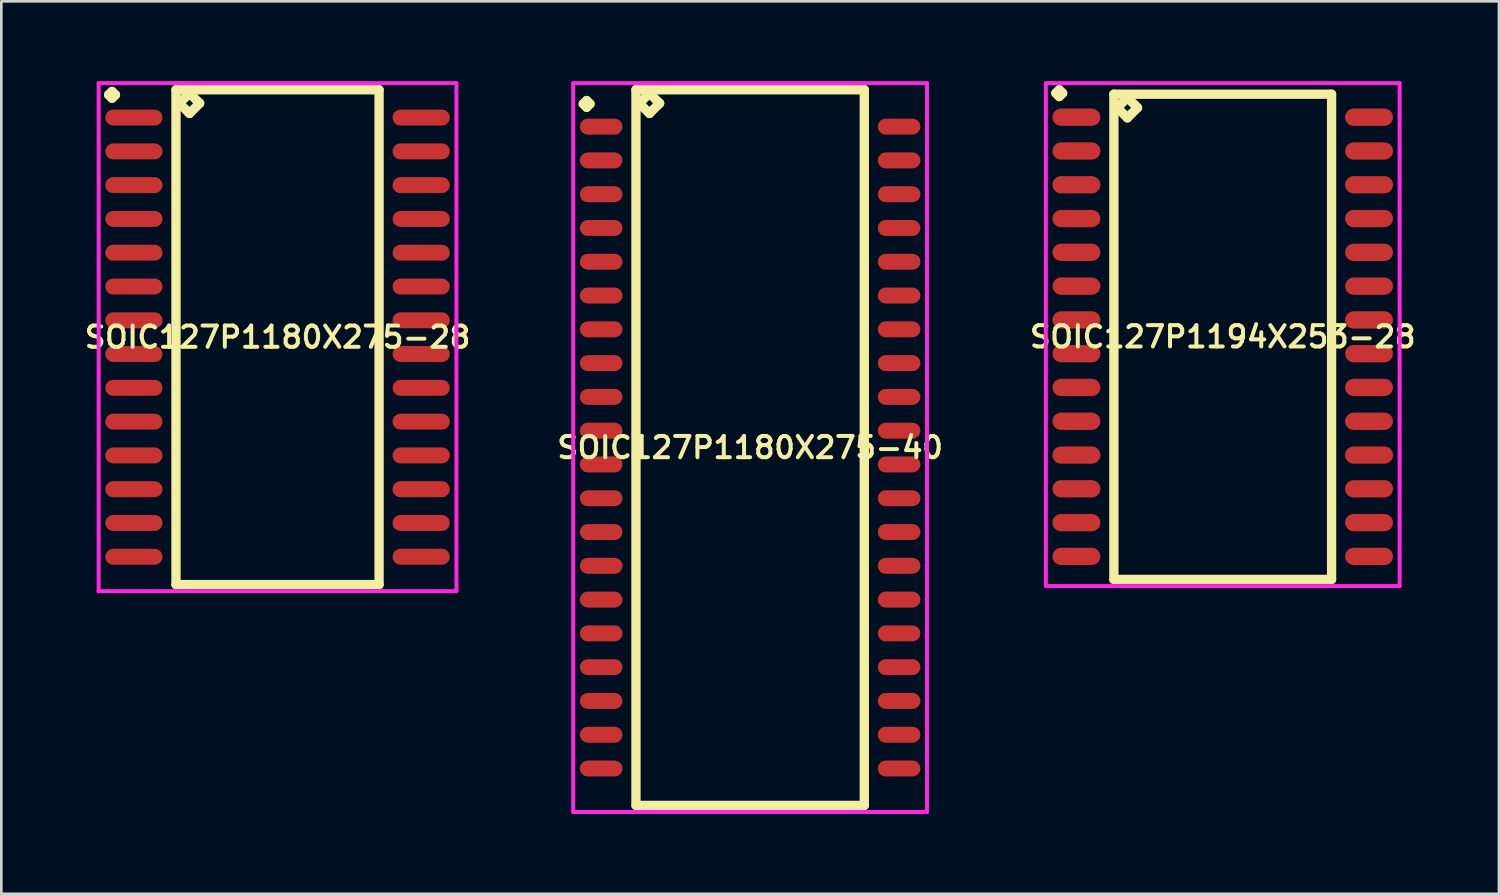
<source format=kicad_pcb>
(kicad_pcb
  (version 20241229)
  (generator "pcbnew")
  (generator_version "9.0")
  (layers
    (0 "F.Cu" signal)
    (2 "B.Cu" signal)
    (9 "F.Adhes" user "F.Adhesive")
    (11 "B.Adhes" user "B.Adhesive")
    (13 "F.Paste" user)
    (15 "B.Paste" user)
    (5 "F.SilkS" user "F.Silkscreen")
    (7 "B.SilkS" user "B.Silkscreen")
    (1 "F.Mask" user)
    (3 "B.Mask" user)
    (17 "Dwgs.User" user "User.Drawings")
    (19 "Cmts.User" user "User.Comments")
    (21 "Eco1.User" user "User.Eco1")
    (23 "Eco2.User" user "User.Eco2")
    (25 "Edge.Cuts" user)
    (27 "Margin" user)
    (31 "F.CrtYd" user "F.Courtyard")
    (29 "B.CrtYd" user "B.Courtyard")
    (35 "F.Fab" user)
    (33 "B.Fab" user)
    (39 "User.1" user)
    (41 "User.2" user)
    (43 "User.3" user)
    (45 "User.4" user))
  (footprint "SOIC127P1180X275-40"
    (layer "F.Cu")
    (at 25.149 13.775)
    (property "Reference" "SOIC127P1180X275-40" (at 0 0 0) (layer "F.SilkS") (effects (font (size 0.8 0.8) (thickness 0.15))))
    (attr smd)
    (fp_line (start -6.273 -12.919) (end -6.146 -13.046) (stroke (width 0.35) (type solid)) (layer "F.SilkS"))
    (fp_line (start -6.146 -13.046) (end -6.019 -12.919) (stroke (width 0.35) (type solid)) (layer "F.SilkS"))
    (fp_line (start -6.146 -12.792) (end -6.273 -12.919) (stroke (width 0.35) (type solid)) (layer "F.SilkS"))
    (fp_line (start -6.019 -12.919) (end -6.146 -12.792) (stroke (width 0.35) (type solid)) (layer "F.SilkS"))
    (fp_line (start -4.292 -13.45) (end -4.292 13.45) (stroke (width 0.35) (type solid)) (layer "F.SilkS"))
    (fp_line (start -4.292 13.45) (end 4.292 13.45) (stroke (width 0.35) (type solid)) (layer "F.SilkS"))
    (fp_line (start -4.165 -12.942) (end -3.784 -13.323) (stroke (width 0.35) (type solid)) (layer "F.SilkS"))
    (fp_line (start -3.784 -13.323) (end -3.403 -12.942) (stroke (width 0.35) (type solid)) (layer "F.SilkS"))
    (fp_line (start -3.784 -12.561) (end -4.165 -12.942) (stroke (width 0.35) (type solid)) (layer "F.SilkS"))
    (fp_line (start -3.403 -12.942) (end -3.784 -12.561) (stroke (width 0.35) (type solid)) (layer "F.SilkS"))
    (fp_line (start 4.292 -13.45) (end -4.292 -13.45) (stroke (width 0.35) (type solid)) (layer "F.SilkS"))
    (fp_line (start 4.292 13.45) (end 4.292 -13.45) (stroke (width 0.35) (type solid)) (layer "F.SilkS"))
    (fp_line (start -6.65 -13.7) (end 6.65 -13.7) (stroke (width 0.15) (type solid)) (layer "F.CrtYd"))
    (fp_line (start -6.65 13.7) (end -6.65 -13.7) (stroke (width 0.15) (type solid)) (layer "F.CrtYd"))
    (fp_line (start 6.65 -13.7) (end 6.65 13.7) (stroke (width 0.15) (type solid)) (layer "F.CrtYd"))
    (fp_line (start 6.65 13.7) (end -6.65 13.7) (stroke (width 0.15) (type solid)) (layer "F.CrtYd"))
    (pad "1" smd oval (at -5.6 -12.065) (size 1.6 0.6) (layers "F.Cu" "F.Mask" "F.Paste"))
    (pad "2" smd oval (at -5.6 -10.795) (size 1.6 0.6) (layers "F.Cu" "F.Mask" "F.Paste"))
    (pad "3" smd oval (at -5.6 -9.525) (size 1.6 0.6) (layers "F.Cu" "F.Mask" "F.Paste"))
    (pad "4" smd oval (at -5.6 -8.255) (size 1.6 0.6) (layers "F.Cu" "F.Mask" "F.Paste"))
    (pad "5" smd oval (at -5.6 -6.985) (size 1.6 0.6) (layers "F.Cu" "F.Mask" "F.Paste"))
    (pad "6" smd oval (at -5.6 -5.715) (size 1.6 0.6) (layers "F.Cu" "F.Mask" "F.Paste"))
    (pad "7" smd oval (at -5.6 -4.445) (size 1.6 0.6) (layers "F.Cu" "F.Mask" "F.Paste"))
    (pad "8" smd oval (at -5.6 -3.175) (size 1.6 0.6) (layers "F.Cu" "F.Mask" "F.Paste"))
    (pad "9" smd oval (at -5.6 -1.905) (size 1.6 0.6) (layers "F.Cu" "F.Mask" "F.Paste"))
    (pad "10" smd oval (at -5.6 -0.635) (size 1.6 0.6) (layers "F.Cu" "F.Mask" "F.Paste"))
    (pad "11" smd oval (at -5.6 0.635) (size 1.6 0.6) (layers "F.Cu" "F.Mask" "F.Paste"))
    (pad "12" smd oval (at -5.6 1.905) (size 1.6 0.6) (layers "F.Cu" "F.Mask" "F.Paste"))
    (pad "13" smd oval (at -5.6 3.175) (size 1.6 0.6) (layers "F.Cu" "F.Mask" "F.Paste"))
    (pad "14" smd oval (at -5.6 4.445) (size 1.6 0.6) (layers "F.Cu" "F.Mask" "F.Paste"))
    (pad "15" smd oval (at -5.6 5.715) (size 1.6 0.6) (layers "F.Cu" "F.Mask" "F.Paste"))
    (pad "16" smd oval (at -5.6 6.985) (size 1.6 0.6) (layers "F.Cu" "F.Mask" "F.Paste"))
    (pad "17" smd oval (at -5.6 8.255) (size 1.6 0.6) (layers "F.Cu" "F.Mask" "F.Paste"))
    (pad "18" smd oval (at -5.6 9.525) (size 1.6 0.6) (layers "F.Cu" "F.Mask" "F.Paste"))
    (pad "19" smd oval (at -5.6 10.795) (size 1.6 0.6) (layers "F.Cu" "F.Mask" "F.Paste"))
    (pad "20" smd oval (at -5.6 12.065) (size 1.6 0.6) (layers "F.Cu" "F.Mask" "F.Paste"))
    (pad "21" smd oval (at 5.6 12.065) (size 1.6 0.6) (layers "F.Cu" "F.Mask" "F.Paste"))
    (pad "22" smd oval (at 5.6 10.795) (size 1.6 0.6) (layers "F.Cu" "F.Mask" "F.Paste"))
    (pad "23" smd oval (at 5.6 9.525) (size 1.6 0.6) (layers "F.Cu" "F.Mask" "F.Paste"))
    (pad "24" smd oval (at 5.6 8.255) (size 1.6 0.6) (layers "F.Cu" "F.Mask" "F.Paste"))
    (pad "25" smd oval (at 5.6 6.985) (size 1.6 0.6) (layers "F.Cu" "F.Mask" "F.Paste"))
    (pad "26" smd oval (at 5.6 5.715) (size 1.6 0.6) (layers "F.Cu" "F.Mask" "F.Paste"))
    (pad "27" smd oval (at 5.6 4.445) (size 1.6 0.6) (layers "F.Cu" "F.Mask" "F.Paste"))
    (pad "28" smd oval (at 5.6 3.175) (size 1.6 0.6) (layers "F.Cu" "F.Mask" "F.Paste"))
    (pad "29" smd oval (at 5.6 1.905) (size 1.6 0.6) (layers "F.Cu" "F.Mask" "F.Paste"))
    (pad "30" smd oval (at 5.6 0.635) (size 1.6 0.6) (layers "F.Cu" "F.Mask" "F.Paste"))
    (pad "31" smd oval (at 5.6 -0.635) (size 1.6 0.6) (layers "F.Cu" "F.Mask" "F.Paste"))
    (pad "32" smd oval (at 5.6 -1.905) (size 1.6 0.6) (layers "F.Cu" "F.Mask" "F.Paste"))
    (pad "33" smd oval (at 5.6 -3.175) (size 1.6 0.6) (layers "F.Cu" "F.Mask" "F.Paste"))
    (pad "34" smd oval (at 5.6 -4.445) (size 1.6 0.6) (layers "F.Cu" "F.Mask" "F.Paste"))
    (pad "35" smd oval (at 5.6 -5.715) (size 1.6 0.6) (layers "F.Cu" "F.Mask" "F.Paste"))
    (pad "36" smd oval (at 5.6 -6.985) (size 1.6 0.6) (layers "F.Cu" "F.Mask" "F.Paste"))
    (pad "37" smd oval (at 5.6 -8.255) (size 1.6 0.6) (layers "F.Cu" "F.Mask" "F.Paste"))
    (pad "38" smd oval (at 5.6 -9.525) (size 1.6 0.6) (layers "F.Cu" "F.Mask" "F.Paste"))
    (pad "39" smd oval (at 5.6 -10.795) (size 1.6 0.6) (layers "F.Cu" "F.Mask" "F.Paste"))
    (pad "40" smd oval (at 5.6 -12.065) (size 1.6 0.6) (layers "F.Cu" "F.Mask" "F.Paste")))
  (footprint "SOIC127P1180X275-28"
    (layer "F.Cu")
    (at 7.383 9.625)
    (property "Reference" "SOIC127P1180X275-28" (at 0 0 0) (layer "F.SilkS") (effects (font (size 0.8 0.8) (thickness 0.15))))
    (attr smd)
    (fp_line (start -6.348 -9.109) (end -6.221 -9.236) (stroke (width 0.35) (type solid)) (layer "F.SilkS"))
    (fp_line (start -6.221 -9.236) (end -6.094 -9.109) (stroke (width 0.35) (type solid)) (layer "F.SilkS"))
    (fp_line (start -6.221 -8.982) (end -6.348 -9.109) (stroke (width 0.35) (type solid)) (layer "F.SilkS"))
    (fp_line (start -6.094 -9.109) (end -6.221 -8.982) (stroke (width 0.35) (type solid)) (layer "F.SilkS"))
    (fp_line (start -3.817 -9.3) (end -3.817 9.3) (stroke (width 0.35) (type solid)) (layer "F.SilkS"))
    (fp_line (start -3.817 9.3) (end 3.817 9.3) (stroke (width 0.35) (type solid)) (layer "F.SilkS"))
    (fp_line (start -3.69 -8.792) (end -3.309 -9.173) (stroke (width 0.35) (type solid)) (layer "F.SilkS"))
    (fp_line (start -3.309 -9.173) (end -2.928 -8.792) (stroke (width 0.35) (type solid)) (layer "F.SilkS"))
    (fp_line (start -3.309 -8.411) (end -3.69 -8.792) (stroke (width 0.35) (type solid)) (layer "F.SilkS"))
    (fp_line (start -2.928 -8.792) (end -3.309 -8.411) (stroke (width 0.35) (type solid)) (layer "F.SilkS"))
    (fp_line (start 3.817 -9.3) (end -3.817 -9.3) (stroke (width 0.35) (type solid)) (layer "F.SilkS"))
    (fp_line (start 3.817 9.3) (end 3.817 -9.3) (stroke (width 0.35) (type solid)) (layer "F.SilkS"))
    (fp_line (start -6.725 -9.55) (end 6.725 -9.55) (stroke (width 0.15) (type solid)) (layer "F.CrtYd"))
    (fp_line (start -6.725 9.55) (end -6.725 -9.55) (stroke (width 0.15) (type solid)) (layer "F.CrtYd"))
    (fp_line (start 6.725 -9.55) (end 6.725 9.55) (stroke (width 0.15) (type solid)) (layer "F.CrtYd"))
    (fp_line (start 6.725 9.55) (end -6.725 9.55) (stroke (width 0.15) (type solid)) (layer "F.CrtYd"))
    (pad "1" smd oval (at -5.4 -8.255) (size 2.15 0.6) (layers "F.Cu" "F.Mask" "F.Paste"))
    (pad "2" smd oval (at -5.4 -6.985) (size 2.15 0.6) (layers "F.Cu" "F.Mask" "F.Paste"))
    (pad "3" smd oval (at -5.4 -5.715) (size 2.15 0.6) (layers "F.Cu" "F.Mask" "F.Paste"))
    (pad "4" smd oval (at -5.4 -4.445) (size 2.15 0.6) (layers "F.Cu" "F.Mask" "F.Paste"))
    (pad "5" smd oval (at -5.4 -3.175) (size 2.15 0.6) (layers "F.Cu" "F.Mask" "F.Paste"))
    (pad "6" smd oval (at -5.4 -1.905) (size 2.15 0.6) (layers "F.Cu" "F.Mask" "F.Paste"))
    (pad "7" smd oval (at -5.4 -0.635) (size 2.15 0.6) (layers "F.Cu" "F.Mask" "F.Paste"))
    (pad "8" smd oval (at -5.4 0.635) (size 2.15 0.6) (layers "F.Cu" "F.Mask" "F.Paste"))
    (pad "9" smd oval (at -5.4 1.905) (size 2.15 0.6) (layers "F.Cu" "F.Mask" "F.Paste"))
    (pad "10" smd oval (at -5.4 3.175) (size 2.15 0.6) (layers "F.Cu" "F.Mask" "F.Paste"))
    (pad "11" smd oval (at -5.4 4.445) (size 2.15 0.6) (layers "F.Cu" "F.Mask" "F.Paste"))
    (pad "12" smd oval (at -5.4 5.715) (size 2.15 0.6) (layers "F.Cu" "F.Mask" "F.Paste"))
    (pad "13" smd oval (at -5.4 6.985) (size 2.15 0.6) (layers "F.Cu" "F.Mask" "F.Paste"))
    (pad "14" smd oval (at -5.4 8.255) (size 2.15 0.6) (layers "F.Cu" "F.Mask" "F.Paste"))
    (pad "15" smd oval (at 5.4 8.255) (size 2.15 0.6) (layers "F.Cu" "F.Mask" "F.Paste"))
    (pad "16" smd oval (at 5.4 6.985) (size 2.15 0.6) (layers "F.Cu" "F.Mask" "F.Paste"))
    (pad "17" smd oval (at 5.4 5.715) (size 2.15 0.6) (layers "F.Cu" "F.Mask" "F.Paste"))
    (pad "18" smd oval (at 5.4 4.445) (size 2.15 0.6) (layers "F.Cu" "F.Mask" "F.Paste"))
    (pad "19" smd oval (at 5.4 3.175) (size 2.15 0.6) (layers "F.Cu" "F.Mask" "F.Paste"))
    (pad "20" smd oval (at 5.4 1.905) (size 2.15 0.6) (layers "F.Cu" "F.Mask" "F.Paste"))
    (pad "21" smd oval (at 5.4 0.635) (size 2.15 0.6) (layers "F.Cu" "F.Mask" "F.Paste"))
    (pad "22" smd oval (at 5.4 -0.635) (size 2.15 0.6) (layers "F.Cu" "F.Mask" "F.Paste"))
    (pad "23" smd oval (at 5.4 -1.905) (size 2.15 0.6) (layers "F.Cu" "F.Mask" "F.Paste"))
    (pad "24" smd oval (at 5.4 -3.175) (size 2.15 0.6) (layers "F.Cu" "F.Mask" "F.Paste"))
    (pad "25" smd oval (at 5.4 -4.445) (size 2.15 0.6) (layers "F.Cu" "F.Mask" "F.Paste"))
    (pad "26" smd oval (at 5.4 -5.715) (size 2.15 0.6) (layers "F.Cu" "F.Mask" "F.Paste"))
    (pad "27" smd oval (at 5.4 -6.985) (size 2.15 0.6) (layers "F.Cu" "F.Mask" "F.Paste"))
    (pad "28" smd oval (at 5.4 -8.255) (size 2.15 0.6) (layers "F.Cu" "F.Mask" "F.Paste")))
  (footprint "SOIC127P1194X253-28"
    (layer "F.Cu")
    (at 42.915 9.611)
    (property "Reference" "SOIC127P1194X253-28" (at 0 0 0) (layer "F.SilkS") (effects (font (size 0.8 0.8) (thickness 0.15))))
    (attr smd)
    (fp_line (start -6.273 -9.159) (end -6.146 -9.286) (stroke (width 0.35) (type solid)) (layer "F.SilkS"))
    (fp_line (start -6.146 -9.286) (end -6.019 -9.159) (stroke (width 0.35) (type solid)) (layer "F.SilkS"))
    (fp_line (start -6.146 -9.032) (end -6.273 -9.159) (stroke (width 0.35) (type solid)) (layer "F.SilkS"))
    (fp_line (start -6.019 -9.159) (end -6.146 -9.032) (stroke (width 0.35) (type solid)) (layer "F.SilkS"))
    (fp_line (start -4.092 -9.12) (end -4.092 9.12) (stroke (width 0.35) (type solid)) (layer "F.SilkS"))
    (fp_line (start -4.092 9.12) (end 4.092 9.12) (stroke (width 0.35) (type solid)) (layer "F.SilkS"))
    (fp_line (start -3.965 -8.612) (end -3.584 -8.993) (stroke (width 0.35) (type solid)) (layer "F.SilkS"))
    (fp_line (start -3.584 -8.993) (end -3.203 -8.612) (stroke (width 0.35) (type solid)) (layer "F.SilkS"))
    (fp_line (start -3.584 -8.231) (end -3.965 -8.612) (stroke (width 0.35) (type solid)) (layer "F.SilkS"))
    (fp_line (start -3.203 -8.612) (end -3.584 -8.231) (stroke (width 0.35) (type solid)) (layer "F.SilkS"))
    (fp_line (start 4.092 -9.12) (end -4.092 -9.12) (stroke (width 0.35) (type solid)) (layer "F.SilkS"))
    (fp_line (start 4.092 9.12) (end 4.092 -9.12) (stroke (width 0.35) (type solid)) (layer "F.SilkS"))
    (fp_line (start -6.65 -9.536) (end 6.65 -9.536) (stroke (width 0.15) (type solid)) (layer "F.CrtYd"))
    (fp_line (start -6.65 9.37) (end -6.65 -9.536) (stroke (width 0.15) (type solid)) (layer "F.CrtYd"))
    (fp_line (start 6.65 -9.536) (end 6.65 9.37) (stroke (width 0.15) (type solid)) (layer "F.CrtYd"))
    (fp_line (start 6.65 9.37) (end -6.65 9.37) (stroke (width 0.15) (type solid)) (layer "F.CrtYd"))
    (pad "1" smd oval (at -5.5 -8.255) (size 1.8 0.65) (layers "F.Cu" "F.Mask" "F.Paste"))
    (pad "2" smd oval (at -5.5 -6.985) (size 1.8 0.65) (layers "F.Cu" "F.Mask" "F.Paste"))
    (pad "3" smd oval (at -5.5 -5.715) (size 1.8 0.65) (layers "F.Cu" "F.Mask" "F.Paste"))
    (pad "4" smd oval (at -5.5 -4.445) (size 1.8 0.65) (layers "F.Cu" "F.Mask" "F.Paste"))
    (pad "5" smd oval (at -5.5 -3.175) (size 1.8 0.65) (layers "F.Cu" "F.Mask" "F.Paste"))
    (pad "6" smd oval (at -5.5 -1.905) (size 1.8 0.65) (layers "F.Cu" "F.Mask" "F.Paste"))
    (pad "7" smd oval (at -5.5 -0.635) (size 1.8 0.65) (layers "F.Cu" "F.Mask" "F.Paste"))
    (pad "8" smd oval (at -5.5 0.635) (size 1.8 0.65) (layers "F.Cu" "F.Mask" "F.Paste"))
    (pad "9" smd oval (at -5.5 1.905) (size 1.8 0.65) (layers "F.Cu" "F.Mask" "F.Paste"))
    (pad "10" smd oval (at -5.5 3.175) (size 1.8 0.65) (layers "F.Cu" "F.Mask" "F.Paste"))
    (pad "11" smd oval (at -5.5 4.445) (size 1.8 0.65) (layers "F.Cu" "F.Mask" "F.Paste"))
    (pad "12" smd oval (at -5.5 5.715) (size 1.8 0.65) (layers "F.Cu" "F.Mask" "F.Paste"))
    (pad "13" smd oval (at -5.5 6.985) (size 1.8 0.65) (layers "F.Cu" "F.Mask" "F.Paste"))
    (pad "14" smd oval (at -5.5 8.255) (size 1.8 0.65) (layers "F.Cu" "F.Mask" "F.Paste"))
    (pad "15" smd oval (at 5.5 8.255) (size 1.8 0.65) (layers "F.Cu" "F.Mask" "F.Paste"))
    (pad "16" smd oval (at 5.5 6.985) (size 1.8 0.65) (layers "F.Cu" "F.Mask" "F.Paste"))
    (pad "17" smd oval (at 5.5 5.715) (size 1.8 0.65) (layers "F.Cu" "F.Mask" "F.Paste"))
    (pad "18" smd oval (at 5.5 4.445) (size 1.8 0.65) (layers "F.Cu" "F.Mask" "F.Paste"))
    (pad "19" smd oval (at 5.5 3.175) (size 1.8 0.65) (layers "F.Cu" "F.Mask" "F.Paste"))
    (pad "20" smd oval (at 5.5 1.905) (size 1.8 0.65) (layers "F.Cu" "F.Mask" "F.Paste"))
    (pad "21" smd oval (at 5.5 0.635) (size 1.8 0.65) (layers "F.Cu" "F.Mask" "F.Paste"))
    (pad "22" smd oval (at 5.5 -0.635) (size 1.8 0.65) (layers "F.Cu" "F.Mask" "F.Paste"))
    (pad "23" smd oval (at 5.5 -1.905) (size 1.8 0.65) (layers "F.Cu" "F.Mask" "F.Paste"))
    (pad "24" smd oval (at 5.5 -3.175) (size 1.8 0.65) (layers "F.Cu" "F.Mask" "F.Paste"))
    (pad "25" smd oval (at 5.5 -4.445) (size 1.8 0.65) (layers "F.Cu" "F.Mask" "F.Paste"))
    (pad "26" smd oval (at 5.5 -5.715) (size 1.8 0.65) (layers "F.Cu" "F.Mask" "F.Paste"))
    (pad "27" smd oval (at 5.5 -6.985) (size 1.8 0.65) (layers "F.Cu" "F.Mask" "F.Paste"))
    (pad "28" smd oval (at 5.5 -8.255) (size 1.8 0.65) (layers "F.Cu" "F.Mask" "F.Paste")))
  (gr_rect
    (start -3 -3)
    (end 53.299 30.55)
    (stroke (width 0.1) (type default))
    (fill no)
    (layer "Edge.Cuts")))
</source>
